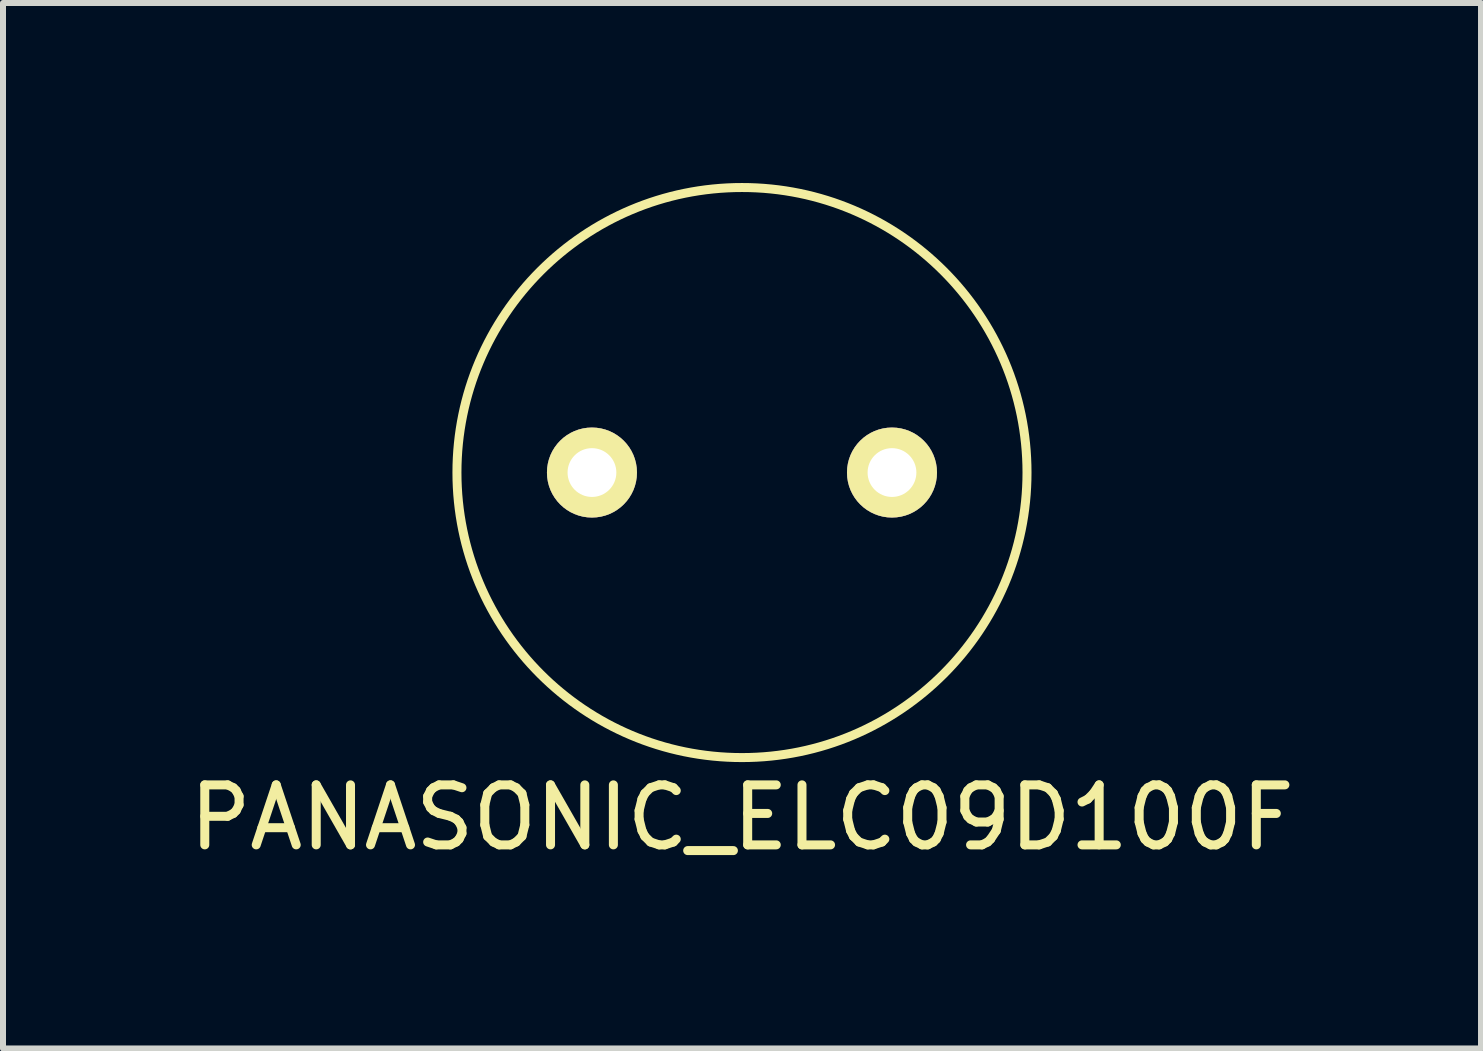
<source format=kicad_pcb>
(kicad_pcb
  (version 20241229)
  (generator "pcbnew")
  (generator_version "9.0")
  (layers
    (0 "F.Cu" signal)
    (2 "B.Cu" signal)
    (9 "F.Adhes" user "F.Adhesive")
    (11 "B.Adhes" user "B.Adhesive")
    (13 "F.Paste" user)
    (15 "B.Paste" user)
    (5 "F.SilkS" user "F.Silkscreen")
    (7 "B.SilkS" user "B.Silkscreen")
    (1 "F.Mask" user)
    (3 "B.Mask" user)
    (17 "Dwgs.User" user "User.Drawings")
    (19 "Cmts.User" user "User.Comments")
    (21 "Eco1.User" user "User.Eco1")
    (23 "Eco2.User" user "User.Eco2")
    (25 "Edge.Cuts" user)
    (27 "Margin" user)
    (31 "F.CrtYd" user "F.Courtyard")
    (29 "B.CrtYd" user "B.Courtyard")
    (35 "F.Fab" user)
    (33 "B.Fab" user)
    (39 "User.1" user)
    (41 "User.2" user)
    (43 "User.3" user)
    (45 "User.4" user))
  (footprint "PANASONIC_ELC09D100F"
    (layer "F.Cu")
    (at 9.315 4.825)
    (property "Reference" "PANASONIC_ELC09D100F" (at 0 5.75 0) (layer "F.SilkS") (effects (font (size 1 1) (thickness 0.15))))
    (attr through_hole)
    (fp_circle (center 0 0) (end 4.75 0) (stroke (width 0.15) (type solid)) (fill no) (layer "F.SilkS"))
    (pad "1" thru_hole circle (at -2.5 0) (size 1.5 1.5) (drill 0.813) (layers "*.Cu" "*.Mask" "F.SilkS"))
    (pad "2" thru_hole circle (at 2.5 0) (size 1.5 1.5) (drill 0.813) (layers "*.Cu" "*.Mask" "F.SilkS")))
  (gr_rect
    (start -3 -3)
    (end 21.631 14.423)
    (stroke (width 0.1) (type default))
    (fill no)
    (layer "Edge.Cuts")))
</source>
